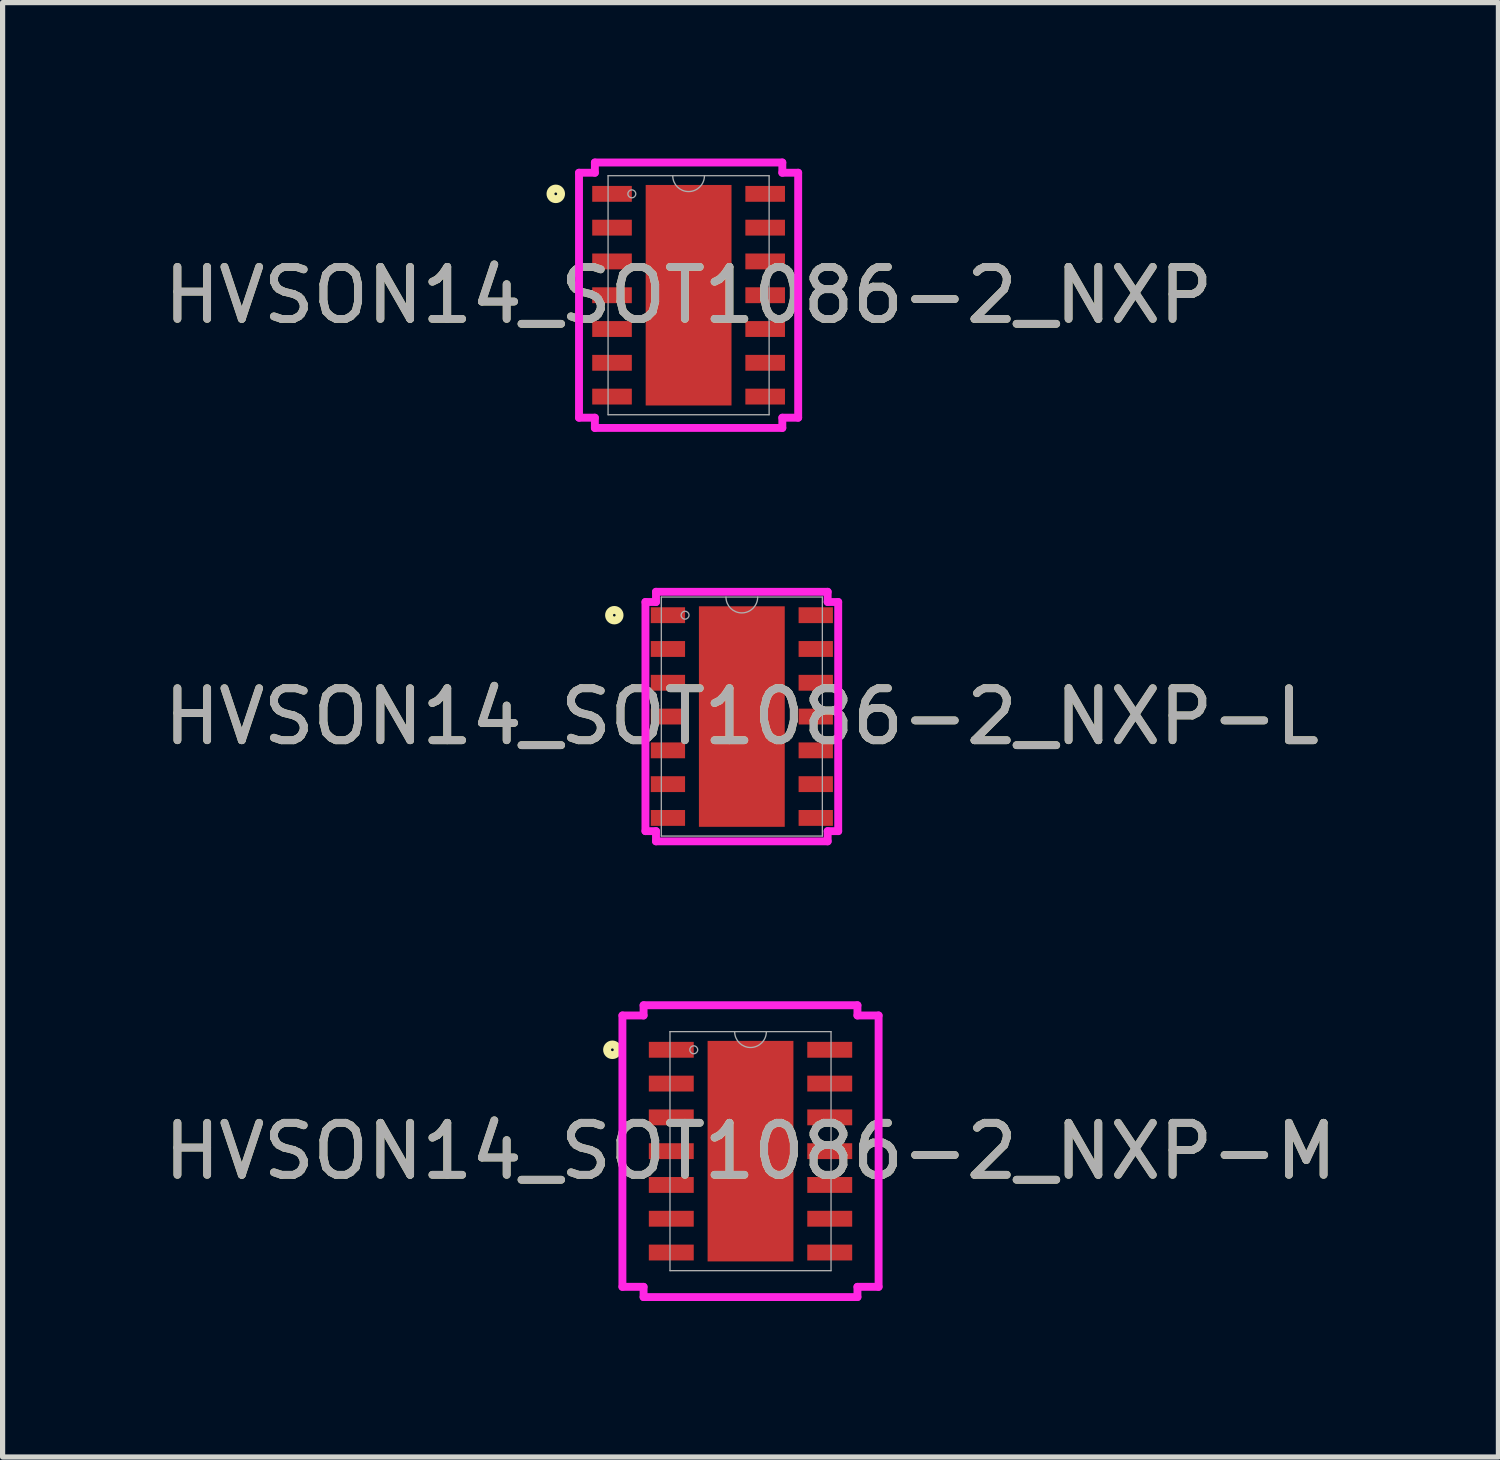
<source format=kicad_pcb>
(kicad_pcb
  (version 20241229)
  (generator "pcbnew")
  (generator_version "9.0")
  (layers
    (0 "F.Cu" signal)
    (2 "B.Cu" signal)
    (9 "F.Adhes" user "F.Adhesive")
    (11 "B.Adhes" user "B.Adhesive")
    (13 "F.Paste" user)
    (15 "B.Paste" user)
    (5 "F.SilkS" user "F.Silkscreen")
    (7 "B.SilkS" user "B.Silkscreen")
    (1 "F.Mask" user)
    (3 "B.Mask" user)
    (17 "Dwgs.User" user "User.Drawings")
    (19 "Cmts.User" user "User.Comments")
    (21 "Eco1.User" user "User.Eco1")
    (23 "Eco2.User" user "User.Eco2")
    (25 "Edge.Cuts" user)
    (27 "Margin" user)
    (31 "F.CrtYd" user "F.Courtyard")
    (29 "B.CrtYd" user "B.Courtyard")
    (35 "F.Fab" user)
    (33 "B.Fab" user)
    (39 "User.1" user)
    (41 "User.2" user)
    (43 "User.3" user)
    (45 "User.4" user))
  (footprint "HVSON14_SOT1086-2_NXP"
    (layer "F.Cu")
    (at 10.196 2.629)
    (property "Reference" "HVSON14_SOT1086-2_NXP" (at 0 0 0) (unlocked yes) (layer "F.SilkS") (effects (font (size 1 1) (thickness 0.15))))
    (attr smd)
    (fp_circle (center -2.555 -1.95) (end -2.453 -1.95) (stroke (width 0.152) (type solid)) (fill no) (layer "F.SilkS"))
    (fp_poly (pts (xy -0.726 -2.021) (xy -0.726 -0.807) (xy 0.726 -0.807) (xy 0.726 -2.021)) (stroke (width 0) (type solid)) (fill yes) (layer "F.Paste"))
    (fp_poly (pts (xy -0.726 -0.607) (xy -0.726 0.607) (xy 0.726 0.607) (xy 0.726 -0.607)) (stroke (width 0) (type solid)) (fill yes) (layer "F.Paste"))
    (fp_poly (pts (xy -0.726 0.807) (xy -0.726 2.021) (xy 0.726 2.021) (xy 0.726 0.807)) (stroke (width 0) (type solid)) (fill yes) (layer "F.Paste"))
    (fp_line (start -2.108 -2.356) (end -1.803 -2.356) (stroke (width 0.152) (type solid)) (layer "F.CrtYd"))
    (fp_line (start -2.108 2.356) (end -2.108 -2.356) (stroke (width 0.152) (type solid)) (layer "F.CrtYd"))
    (fp_line (start -2.108 2.356) (end -1.803 2.356) (stroke (width 0.152) (type solid)) (layer "F.CrtYd"))
    (fp_line (start -1.803 -2.553) (end 1.803 -2.553) (stroke (width 0.152) (type solid)) (layer "F.CrtYd"))
    (fp_line (start -1.803 -2.356) (end -1.803 -2.553) (stroke (width 0.152) (type solid)) (layer "F.CrtYd"))
    (fp_line (start -1.803 2.553) (end -1.803 2.356) (stroke (width 0.152) (type solid)) (layer "F.CrtYd"))
    (fp_line (start 1.803 -2.553) (end 1.803 -2.356) (stroke (width 0.152) (type solid)) (layer "F.CrtYd"))
    (fp_line (start 1.803 2.356) (end 1.803 2.553) (stroke (width 0.152) (type solid)) (layer "F.CrtYd"))
    (fp_line (start 1.803 2.553) (end -1.803 2.553) (stroke (width 0.152) (type solid)) (layer "F.CrtYd"))
    (fp_line (start 2.108 -2.356) (end 1.803 -2.356) (stroke (width 0.152) (type solid)) (layer "F.CrtYd"))
    (fp_line (start 2.108 -2.356) (end 2.108 2.356) (stroke (width 0.152) (type solid)) (layer "F.CrtYd"))
    (fp_line (start 2.108 2.356) (end 1.803 2.356) (stroke (width 0.152) (type solid)) (layer "F.CrtYd"))
    (fp_line (start -1.549 -2.299) (end -1.549 2.299) (stroke (width 0.025) (type solid)) (layer "F.Fab"))
    (fp_line (start -1.549 2.299) (end 1.549 2.299) (stroke (width 0.025) (type solid)) (layer "F.Fab"))
    (fp_line (start 1.549 -2.299) (end -1.549 -2.299) (stroke (width 0.025) (type solid)) (layer "F.Fab"))
    (fp_line (start 1.549 2.299) (end 1.549 -2.299) (stroke (width 0.025) (type solid)) (layer "F.Fab"))
    (fp_arc (start 0.3048 -2.2987) (mid 0 -1.9939) (end -0.3048 -2.2987) (stroke (width 0.0254) (type solid)) (layer "F.Fab"))
    (fp_circle (center -1.092 -1.95) (end -1.016 -1.95) (stroke (width 0.025) (type solid)) (fill no) (layer "F.Fab"))
    (fp_text user "${REFERENCE}" (at 0 0 0) (unlocked yes) (layer "F.Fab") (effects (font (size 1 1) (thickness 0.15))))
    (pad "1" smd rect (at -1.473 -1.95) (size 0.762 0.305) (layers "F.Cu" "F.Mask" "F.Paste"))
    (pad "2" smd rect (at -1.473 -1.3) (size 0.762 0.305) (layers "F.Cu" "F.Mask" "F.Paste"))
    (pad "3" smd rect (at -1.473 -0.65) (size 0.762 0.305) (layers "F.Cu" "F.Mask" "F.Paste"))
    (pad "4" smd rect (at -1.473 0) (size 0.762 0.305) (layers "F.Cu" "F.Mask" "F.Paste"))
    (pad "5" smd rect (at -1.473 0.65) (size 0.762 0.305) (layers "F.Cu" "F.Mask" "F.Paste"))
    (pad "6" smd rect (at -1.473 1.3) (size 0.762 0.305) (layers "F.Cu" "F.Mask" "F.Paste"))
    (pad "7" smd rect (at -1.473 1.95) (size 0.762 0.305) (layers "F.Cu" "F.Mask" "F.Paste"))
    (pad "8" smd rect (at 1.473 1.95) (size 0.762 0.305) (layers "F.Cu" "F.Mask" "F.Paste"))
    (pad "9" smd rect (at 1.473 1.3) (size 0.762 0.305) (layers "F.Cu" "F.Mask" "F.Paste"))
    (pad "10" smd rect (at 1.473 0.65) (size 0.762 0.305) (layers "F.Cu" "F.Mask" "F.Paste"))
    (pad "11" smd rect (at 1.473 0) (size 0.762 0.305) (layers "F.Cu" "F.Mask" "F.Paste"))
    (pad "12" smd rect (at 1.473 -0.65) (size 0.762 0.305) (layers "F.Cu" "F.Mask" "F.Paste"))
    (pad "13" smd rect (at 1.473 -1.3) (size 0.762 0.305) (layers "F.Cu" "F.Mask" "F.Paste"))
    (pad "14" smd rect (at 1.473 -1.95) (size 0.762 0.305) (layers "F.Cu" "F.Mask" "F.Paste"))
    (pad "15" smd rect (at 0 0) (size 1.651 4.242) (layers "F.Cu" "F.Mask" "F.Paste")))
  (footprint "HVSON14_SOT1086-2_NXP-M"
    (layer "F.Cu")
    (at 11.387 19.094)
    (property "Reference" "HVSON14_SOT1086-2_NXP-M" (at 0 0 0) (unlocked yes) (layer "F.SilkS") (effects (font (size 1 1) (thickness 0.15))))
    (attr smd)
    (fp_circle (center -2.657 -1.95) (end -2.555 -1.95) (stroke (width 0.152) (type solid)) (fill no) (layer "F.SilkS"))
    (fp_poly (pts (xy -0.726 -2.021) (xy -0.726 -0.807) (xy 0.726 -0.807) (xy 0.726 -2.021)) (stroke (width 0) (type solid)) (fill yes) (layer "F.Paste"))
    (fp_poly (pts (xy -0.726 -0.607) (xy -0.726 0.607) (xy 0.726 0.607) (xy 0.726 -0.607)) (stroke (width 0) (type solid)) (fill yes) (layer "F.Paste"))
    (fp_poly (pts (xy -0.726 0.807) (xy -0.726 2.021) (xy 0.726 2.021) (xy 0.726 0.807)) (stroke (width 0) (type solid)) (fill yes) (layer "F.Paste"))
    (fp_line (start -2.464 -2.61) (end -2.057 -2.61) (stroke (width 0.152) (type solid)) (layer "F.CrtYd"))
    (fp_line (start -2.464 2.61) (end -2.464 -2.61) (stroke (width 0.152) (type solid)) (layer "F.CrtYd"))
    (fp_line (start -2.464 2.61) (end -2.057 2.61) (stroke (width 0.152) (type solid)) (layer "F.CrtYd"))
    (fp_line (start -2.057 -2.807) (end 2.057 -2.807) (stroke (width 0.152) (type solid)) (layer "F.CrtYd"))
    (fp_line (start -2.057 -2.61) (end -2.057 -2.807) (stroke (width 0.152) (type solid)) (layer "F.CrtYd"))
    (fp_line (start -2.057 2.807) (end -2.057 2.61) (stroke (width 0.152) (type solid)) (layer "F.CrtYd"))
    (fp_line (start 2.057 -2.807) (end 2.057 -2.61) (stroke (width 0.152) (type solid)) (layer "F.CrtYd"))
    (fp_line (start 2.057 2.61) (end 2.057 2.807) (stroke (width 0.152) (type solid)) (layer "F.CrtYd"))
    (fp_line (start 2.057 2.807) (end -2.057 2.807) (stroke (width 0.152) (type solid)) (layer "F.CrtYd"))
    (fp_line (start 2.464 -2.61) (end 2.057 -2.61) (stroke (width 0.152) (type solid)) (layer "F.CrtYd"))
    (fp_line (start 2.464 -2.61) (end 2.464 2.61) (stroke (width 0.152) (type solid)) (layer "F.CrtYd"))
    (fp_line (start 2.464 2.61) (end 2.057 2.61) (stroke (width 0.152) (type solid)) (layer "F.CrtYd"))
    (fp_line (start -1.549 -2.299) (end -1.549 2.299) (stroke (width 0.025) (type solid)) (layer "F.Fab"))
    (fp_line (start -1.549 2.299) (end 1.549 2.299) (stroke (width 0.025) (type solid)) (layer "F.Fab"))
    (fp_line (start 1.549 -2.299) (end -1.549 -2.299) (stroke (width 0.025) (type solid)) (layer "F.Fab"))
    (fp_line (start 1.549 2.299) (end 1.549 -2.299) (stroke (width 0.025) (type solid)) (layer "F.Fab"))
    (fp_arc (start 0.3048 -2.2987) (mid 0 -1.9939) (end -0.3048 -2.2987) (stroke (width 0.0254) (type solid)) (layer "F.Fab"))
    (fp_circle (center -1.092 -1.95) (end -1.016 -1.95) (stroke (width 0.025) (type solid)) (fill no) (layer "F.Fab"))
    (fp_text user "${REFERENCE}" (at 0 0 0) (unlocked yes) (layer "F.Fab") (effects (font (size 1 1) (thickness 0.15))))
    (pad "1" smd rect (at -1.524 -1.95) (size 0.864 0.305) (layers "F.Cu" "F.Mask" "F.Paste"))
    (pad "2" smd rect (at -1.524 -1.3) (size 0.864 0.305) (layers "F.Cu" "F.Mask" "F.Paste"))
    (pad "3" smd rect (at -1.524 -0.65) (size 0.864 0.305) (layers "F.Cu" "F.Mask" "F.Paste"))
    (pad "4" smd rect (at -1.524 0) (size 0.864 0.305) (layers "F.Cu" "F.Mask" "F.Paste"))
    (pad "5" smd rect (at -1.524 0.65) (size 0.864 0.305) (layers "F.Cu" "F.Mask" "F.Paste"))
    (pad "6" smd rect (at -1.524 1.3) (size 0.864 0.305) (layers "F.Cu" "F.Mask" "F.Paste"))
    (pad "7" smd rect (at -1.524 1.95) (size 0.864 0.305) (layers "F.Cu" "F.Mask" "F.Paste"))
    (pad "8" smd rect (at 1.524 1.95) (size 0.864 0.305) (layers "F.Cu" "F.Mask" "F.Paste"))
    (pad "9" smd rect (at 1.524 1.3) (size 0.864 0.305) (layers "F.Cu" "F.Mask" "F.Paste"))
    (pad "10" smd rect (at 1.524 0.65) (size 0.864 0.305) (layers "F.Cu" "F.Mask" "F.Paste"))
    (pad "11" smd rect (at 1.524 0) (size 0.864 0.305) (layers "F.Cu" "F.Mask" "F.Paste"))
    (pad "12" smd rect (at 1.524 -0.65) (size 0.864 0.305) (layers "F.Cu" "F.Mask" "F.Paste"))
    (pad "13" smd rect (at 1.524 -1.3) (size 0.864 0.305) (layers "F.Cu" "F.Mask" "F.Paste"))
    (pad "14" smd rect (at 1.524 -1.95) (size 0.864 0.305) (layers "F.Cu" "F.Mask" "F.Paste"))
    (pad "15" smd rect (at 0 0) (size 1.651 4.242) (layers "F.Cu" "F.Mask" "F.Paste")))
  (footprint "HVSON14_SOT1086-2_NXP-L"
    (layer "F.Cu")
    (at 11.22 10.734)
    (property "Reference" "HVSON14_SOT1086-2_NXP-L" (at 0 0 0) (unlocked yes) (layer "F.SilkS") (effects (font (size 1 1) (thickness 0.15))))
    (attr smd)
    (fp_circle (center -2.453 -1.95) (end -2.352 -1.95) (stroke (width 0.152) (type solid)) (fill no) (layer "F.SilkS"))
    (fp_poly (pts (xy -0.726 -2.021) (xy -0.726 -0.807) (xy 0.726 -0.807) (xy 0.726 -2.021)) (stroke (width 0) (type solid)) (fill yes) (layer "F.Paste"))
    (fp_poly (pts (xy -0.726 -0.607) (xy -0.726 0.607) (xy 0.726 0.607) (xy 0.726 -0.607)) (stroke (width 0) (type solid)) (fill yes) (layer "F.Paste"))
    (fp_poly (pts (xy -0.726 0.807) (xy -0.726 2.021) (xy 0.726 2.021) (xy 0.726 0.807)) (stroke (width 0) (type solid)) (fill yes) (layer "F.Paste"))
    (fp_line (start -1.854 -2.204) (end -1.651 -2.204) (stroke (width 0.152) (type solid)) (layer "F.CrtYd"))
    (fp_line (start -1.854 2.204) (end -1.854 -2.204) (stroke (width 0.152) (type solid)) (layer "F.CrtYd"))
    (fp_line (start -1.854 2.204) (end -1.651 2.204) (stroke (width 0.152) (type solid)) (layer "F.CrtYd"))
    (fp_line (start -1.651 -2.4) (end 1.651 -2.4) (stroke (width 0.152) (type solid)) (layer "F.CrtYd"))
    (fp_line (start -1.651 -2.204) (end -1.651 -2.4) (stroke (width 0.152) (type solid)) (layer "F.CrtYd"))
    (fp_line (start -1.651 2.4) (end -1.651 2.204) (stroke (width 0.152) (type solid)) (layer "F.CrtYd"))
    (fp_line (start 1.651 -2.4) (end 1.651 -2.204) (stroke (width 0.152) (type solid)) (layer "F.CrtYd"))
    (fp_line (start 1.651 2.204) (end 1.651 2.4) (stroke (width 0.152) (type solid)) (layer "F.CrtYd"))
    (fp_line (start 1.651 2.4) (end -1.651 2.4) (stroke (width 0.152) (type solid)) (layer "F.CrtYd"))
    (fp_line (start 1.854 -2.204) (end 1.651 -2.204) (stroke (width 0.152) (type solid)) (layer "F.CrtYd"))
    (fp_line (start 1.854 -2.204) (end 1.854 2.204) (stroke (width 0.152) (type solid)) (layer "F.CrtYd"))
    (fp_line (start 1.854 2.204) (end 1.651 2.204) (stroke (width 0.152) (type solid)) (layer "F.CrtYd"))
    (fp_line (start -1.549 -2.299) (end -1.549 2.299) (stroke (width 0.025) (type solid)) (layer "F.Fab"))
    (fp_line (start -1.549 2.299) (end 1.549 2.299) (stroke (width 0.025) (type solid)) (layer "F.Fab"))
    (fp_line (start 1.549 -2.299) (end -1.549 -2.299) (stroke (width 0.025) (type solid)) (layer "F.Fab"))
    (fp_line (start 1.549 2.299) (end 1.549 -2.299) (stroke (width 0.025) (type solid)) (layer "F.Fab"))
    (fp_arc (start 0.3048 -2.2987) (mid 0 -1.9939) (end -0.3048 -2.2987) (stroke (width 0.0254) (type solid)) (layer "F.Fab"))
    (fp_circle (center -1.092 -1.95) (end -1.016 -1.95) (stroke (width 0.025) (type solid)) (fill no) (layer "F.Fab"))
    (fp_text user "${REFERENCE}" (at 0 0 0) (unlocked yes) (layer "F.Fab") (effects (font (size 1 1) (thickness 0.15))))
    (pad "1" smd rect (at -1.422 -1.95) (size 0.66 0.305) (layers "F.Cu" "F.Mask" "F.Paste"))
    (pad "2" smd rect (at -1.422 -1.3) (size 0.66 0.305) (layers "F.Cu" "F.Mask" "F.Paste"))
    (pad "3" smd rect (at -1.422 -0.65) (size 0.66 0.305) (layers "F.Cu" "F.Mask" "F.Paste"))
    (pad "4" smd rect (at -1.422 0) (size 0.66 0.305) (layers "F.Cu" "F.Mask" "F.Paste"))
    (pad "5" smd rect (at -1.422 0.65) (size 0.66 0.305) (layers "F.Cu" "F.Mask" "F.Paste"))
    (pad "6" smd rect (at -1.422 1.3) (size 0.66 0.305) (layers "F.Cu" "F.Mask" "F.Paste"))
    (pad "7" smd rect (at -1.422 1.95) (size 0.66 0.305) (layers "F.Cu" "F.Mask" "F.Paste"))
    (pad "8" smd rect (at 1.422 1.95) (size 0.66 0.305) (layers "F.Cu" "F.Mask" "F.Paste"))
    (pad "9" smd rect (at 1.422 1.3) (size 0.66 0.305) (layers "F.Cu" "F.Mask" "F.Paste"))
    (pad "10" smd rect (at 1.422 0.65) (size 0.66 0.305) (layers "F.Cu" "F.Mask" "F.Paste"))
    (pad "11" smd rect (at 1.422 0) (size 0.66 0.305) (layers "F.Cu" "F.Mask" "F.Paste"))
    (pad "12" smd rect (at 1.422 -0.65) (size 0.66 0.305) (layers "F.Cu" "F.Mask" "F.Paste"))
    (pad "13" smd rect (at 1.422 -1.3) (size 0.66 0.305) (layers "F.Cu" "F.Mask" "F.Paste"))
    (pad "14" smd rect (at 1.422 -1.95) (size 0.66 0.305) (layers "F.Cu" "F.Mask" "F.Paste"))
    (pad "15" smd rect (at 0 0) (size 1.651 4.242) (layers "F.Cu" "F.Mask" "F.Paste")))
  (gr_rect
    (start -3 -3)
    (end 25.774 24.977)
    (stroke (width 0.1) (type default))
    (fill no)
    (layer "Edge.Cuts")))
</source>
